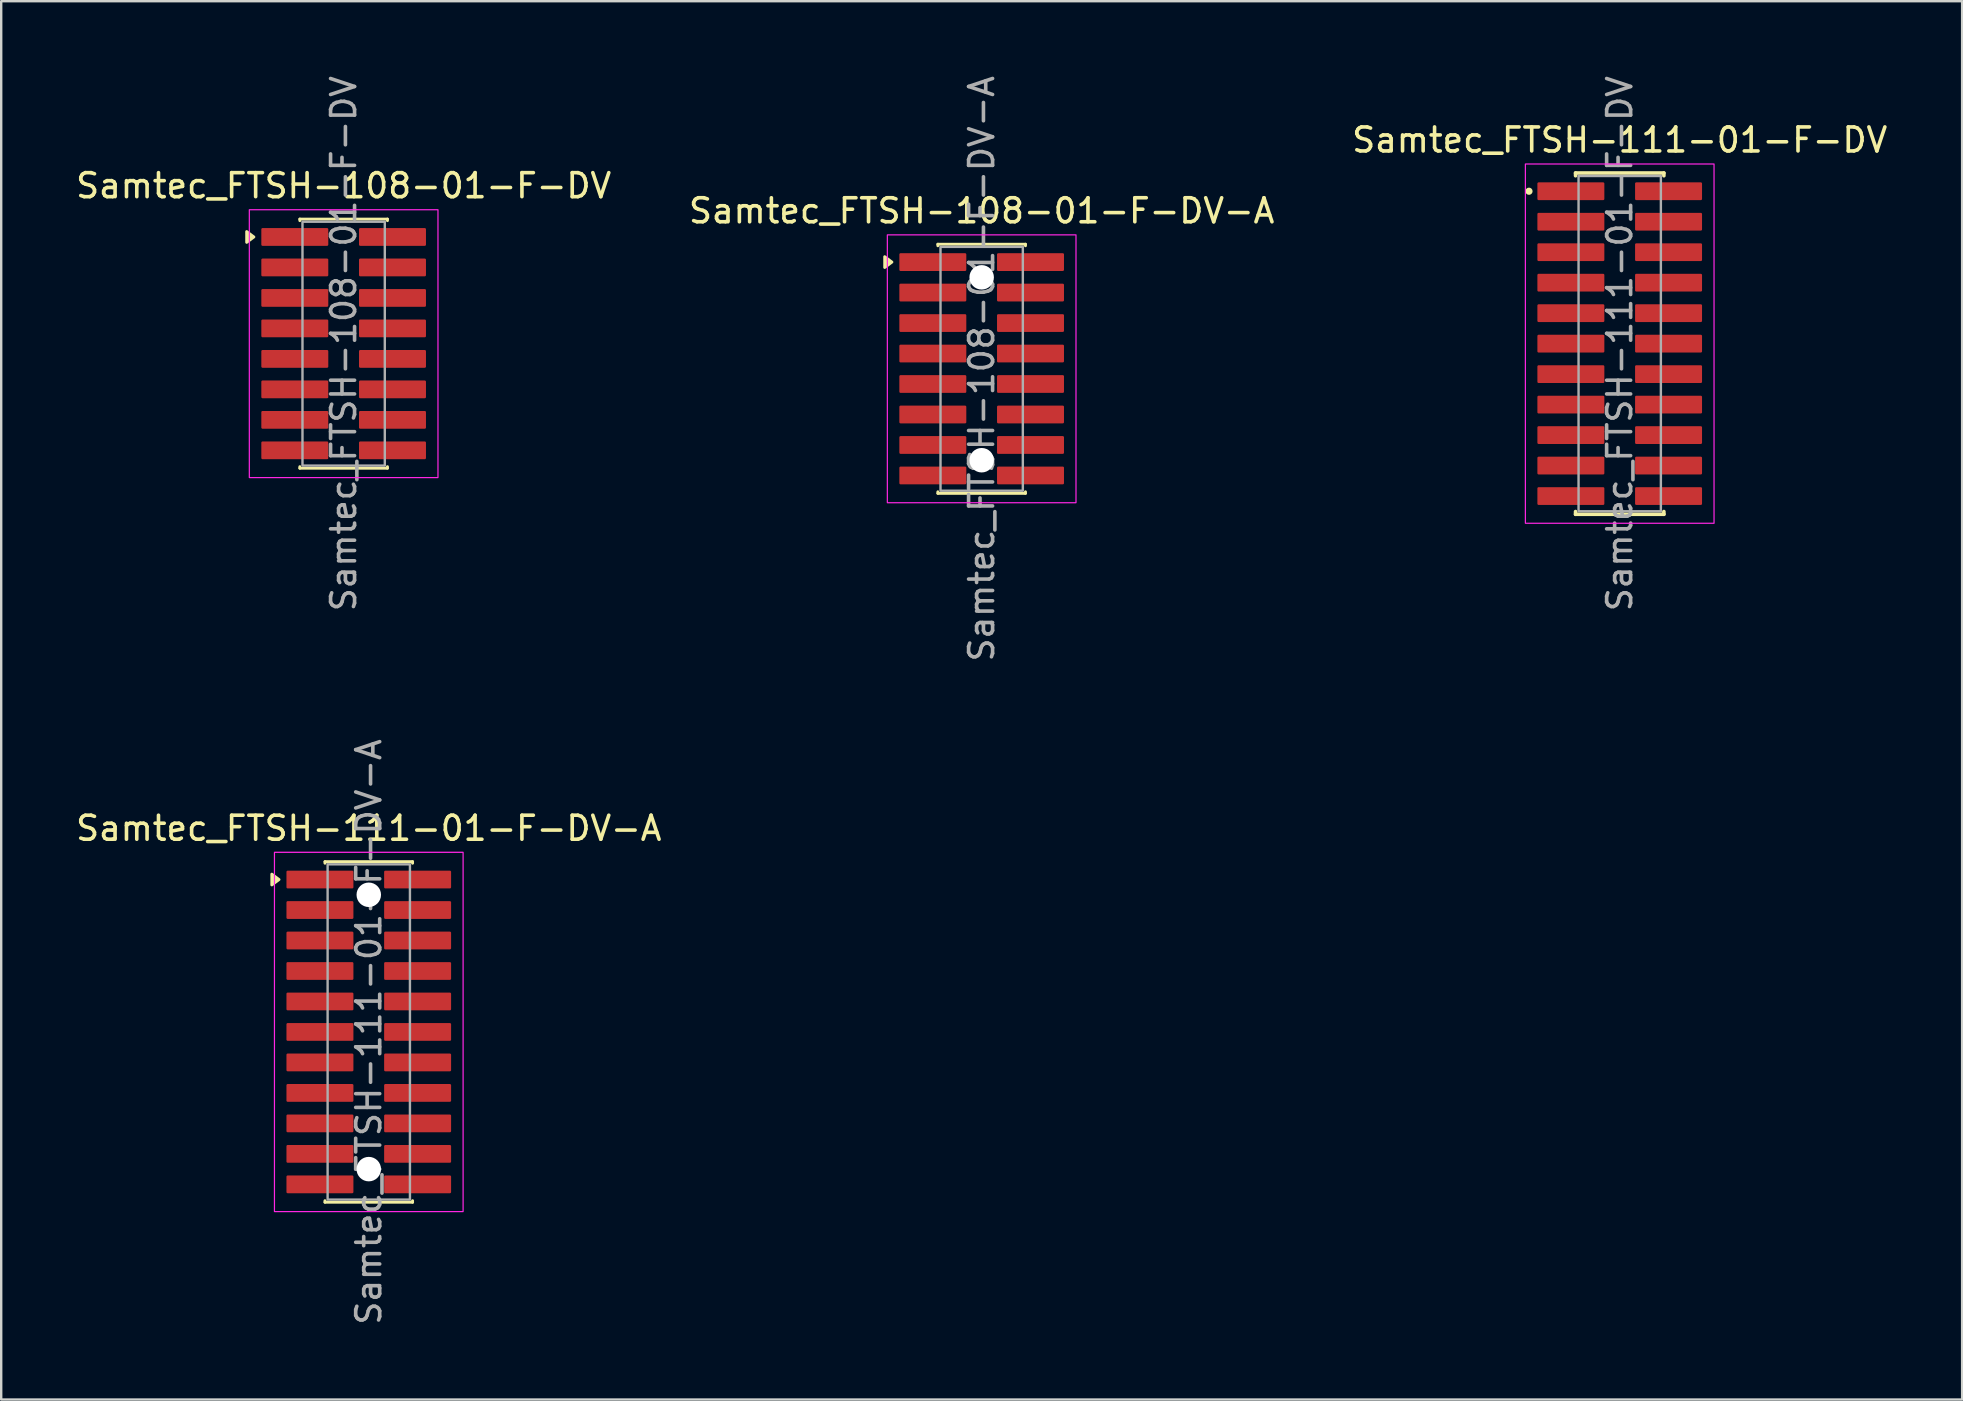
<source format=kicad_pcb>
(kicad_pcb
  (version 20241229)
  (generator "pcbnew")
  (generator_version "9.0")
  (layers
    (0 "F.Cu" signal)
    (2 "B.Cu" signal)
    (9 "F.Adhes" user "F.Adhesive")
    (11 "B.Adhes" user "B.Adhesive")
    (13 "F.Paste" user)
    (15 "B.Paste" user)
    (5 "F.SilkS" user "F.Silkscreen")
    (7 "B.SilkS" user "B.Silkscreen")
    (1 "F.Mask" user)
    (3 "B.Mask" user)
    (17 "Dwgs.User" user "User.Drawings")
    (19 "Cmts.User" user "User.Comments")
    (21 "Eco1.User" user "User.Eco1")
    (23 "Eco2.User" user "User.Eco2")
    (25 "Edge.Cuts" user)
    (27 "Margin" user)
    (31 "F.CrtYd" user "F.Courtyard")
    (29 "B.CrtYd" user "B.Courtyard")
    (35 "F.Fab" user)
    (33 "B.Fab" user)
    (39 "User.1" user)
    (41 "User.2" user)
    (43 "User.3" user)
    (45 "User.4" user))
  (footprint "Samtec_FTSH-108-01-F-DV"
    (layer "F.Cu")
    (at 11.268 11.268)
    (property "Reference" "Samtec_FTSH-108-01-F-DV" (at 0 -6.58 0) (unlocked yes) (layer "F.SilkS") (effects (font (size 1 1) (thickness 0.15))))
    (attr smd)
    (fp_line (start -1.825 -5.19) (end -1.825 -5.125) (stroke (width 0.12) (type solid)) (layer "F.SilkS"))
    (fp_line (start -1.825 5.19) (end -1.825 5.125) (stroke (width 0.12) (type default)) (layer "F.SilkS"))
    (fp_line (start 1.825 -5.19) (end -1.825 -5.19) (stroke (width 0.12) (type default)) (layer "F.SilkS"))
    (fp_line (start 1.825 -5.19) (end 1.825 -5.125) (stroke (width 0.12) (type solid)) (layer "F.SilkS"))
    (fp_line (start 1.825 5.19) (end -1.825 5.19) (stroke (width 0.12) (type default)) (layer "F.SilkS"))
    (fp_line (start 1.825 5.19) (end 1.825 5.125) (stroke (width 0.12) (type solid)) (layer "F.SilkS"))
    (fp_poly (pts (xy -3.74 -4.445) (xy -4.04 -4.67) (xy -4.04 -4.22)) (stroke (width 0.12) (type solid)) (fill yes) (layer "F.SilkS"))
    (fp_rect (start -3.93 -5.58) (end 3.93 5.58) (stroke (width 0.05) (type solid)) (fill no) (layer "F.CrtYd"))
    (fp_rect (start -1.715 -5.08) (end 1.715 5.08) (stroke (width 0.1) (type solid)) (fill no) (layer "F.Fab"))
    (fp_text user "${REFERENCE}" (at 0 0 90) (unlocked yes) (layer "F.Fab") (effects (font (size 1 1) (thickness 0.15))))
    (pad "1" smd roundrect (at -2.035 -4.445) (size 2.79 0.74) (layers "F.Cu" "F.Mask" "F.Paste") (roundrect_rratio 0.068))
    (pad "2" smd roundrect (at 2.035 -4.445) (size 2.79 0.74) (layers "F.Cu" "F.Mask" "F.Paste") (roundrect_rratio 0.068))
    (pad "3" smd roundrect (at -2.035 -3.175) (size 2.79 0.74) (layers "F.Cu" "F.Mask" "F.Paste") (roundrect_rratio 0.068))
    (pad "4" smd roundrect (at 2.035 -3.175) (size 2.79 0.74) (layers "F.Cu" "F.Mask" "F.Paste") (roundrect_rratio 0.068))
    (pad "5" smd roundrect (at -2.035 -1.905) (size 2.79 0.74) (layers "F.Cu" "F.Mask" "F.Paste") (roundrect_rratio 0.068))
    (pad "6" smd roundrect (at 2.035 -1.905) (size 2.79 0.74) (layers "F.Cu" "F.Mask" "F.Paste") (roundrect_rratio 0.068))
    (pad "7" smd roundrect (at -2.035 -0.635) (size 2.79 0.74) (layers "F.Cu" "F.Mask" "F.Paste") (roundrect_rratio 0.068))
    (pad "8" smd roundrect (at 2.035 -0.635) (size 2.79 0.74) (layers "F.Cu" "F.Mask" "F.Paste") (roundrect_rratio 0.068))
    (pad "9" smd roundrect (at -2.035 0.635) (size 2.79 0.74) (layers "F.Cu" "F.Mask" "F.Paste") (roundrect_rratio 0.068))
    (pad "10" smd roundrect (at 2.035 0.635) (size 2.79 0.74) (layers "F.Cu" "F.Mask" "F.Paste") (roundrect_rratio 0.068))
    (pad "11" smd roundrect (at -2.035 1.905) (size 2.79 0.74) (layers "F.Cu" "F.Mask" "F.Paste") (roundrect_rratio 0.068))
    (pad "12" smd roundrect (at 2.035 1.905) (size 2.79 0.74) (layers "F.Cu" "F.Mask" "F.Paste") (roundrect_rratio 0.068))
    (pad "13" smd roundrect (at -2.035 3.175) (size 2.79 0.74) (layers "F.Cu" "F.Mask" "F.Paste") (roundrect_rratio 0.068))
    (pad "14" smd roundrect (at 2.035 3.175) (size 2.79 0.74) (layers "F.Cu" "F.Mask" "F.Paste") (roundrect_rratio 0.068))
    (pad "15" smd roundrect (at -2.035 4.445) (size 2.79 0.74) (layers "F.Cu" "F.Mask" "F.Paste") (roundrect_rratio 0.068))
    (pad "16" smd roundrect (at 2.035 4.445) (size 2.79 0.74) (layers "F.Cu" "F.Mask" "F.Paste") (roundrect_rratio 0.068)))
  (footprint "Samtec_FTSH-111-01-F-DV-A"
    (layer "F.Cu")
    (at 12.315 39.946)
    (property "Reference" "Samtec_FTSH-111-01-F-DV-A" (at 0 -8.485 0) (unlocked yes) (layer "F.SilkS") (effects (font (size 1 1) (thickness 0.15))))
    (attr smd)
    (fp_line (start -1.825 -7.095) (end -1.825 -7.03) (stroke (width 0.12) (type solid)) (layer "F.SilkS"))
    (fp_line (start -1.825 7.095) (end -1.825 7.03) (stroke (width 0.12) (type default)) (layer "F.SilkS"))
    (fp_line (start 1.825 -7.095) (end -1.825 -7.095) (stroke (width 0.12) (type default)) (layer "F.SilkS"))
    (fp_line (start 1.825 -7.095) (end 1.825 -7.03) (stroke (width 0.12) (type solid)) (layer "F.SilkS"))
    (fp_line (start 1.825 7.095) (end -1.825 7.095) (stroke (width 0.12) (type default)) (layer "F.SilkS"))
    (fp_line (start 1.825 7.095) (end 1.825 7.03) (stroke (width 0.12) (type solid)) (layer "F.SilkS"))
    (fp_poly (pts (xy -3.74 -6.35) (xy -4.04 -6.575) (xy -4.04 -6.125)) (stroke (width 0.12) (type solid)) (fill yes) (layer "F.SilkS"))
    (fp_rect (start -3.93 -7.485) (end 3.93 7.485) (stroke (width 0.05) (type solid)) (fill no) (layer "F.CrtYd"))
    (fp_rect (start -1.715 -6.985) (end 1.715 6.985) (stroke (width 0.1) (type solid)) (fill no) (layer "F.Fab"))
    (fp_text user "${REFERENCE}" (at 0 0 90) (unlocked yes) (layer "F.Fab") (effects (font (size 1 1) (thickness 0.15))))
    (pad "" np_thru_hole circle (at 0 -5.715) (size 1.02 1.02) (drill 1.02) (layers "*.Cu" "*.Mask"))
    (pad "" np_thru_hole circle (at 0 5.715) (size 1.02 1.02) (drill 1.02) (layers "*.Cu" "*.Mask"))
    (pad "1" smd roundrect (at -2.035 -6.35) (size 2.79 0.74) (layers "F.Cu" "F.Mask" "F.Paste") (roundrect_rratio 0.068))
    (pad "2" smd roundrect (at 2.035 -6.35) (size 2.79 0.74) (layers "F.Cu" "F.Mask" "F.Paste") (roundrect_rratio 0.068))
    (pad "3" smd roundrect (at -2.035 -5.08) (size 2.79 0.74) (layers "F.Cu" "F.Mask" "F.Paste") (roundrect_rratio 0.068))
    (pad "4" smd roundrect (at 2.035 -5.08) (size 2.79 0.74) (layers "F.Cu" "F.Mask" "F.Paste") (roundrect_rratio 0.068))
    (pad "5" smd roundrect (at -2.035 -3.81) (size 2.79 0.74) (layers "F.Cu" "F.Mask" "F.Paste") (roundrect_rratio 0.068))
    (pad "6" smd roundrect (at 2.035 -3.81) (size 2.79 0.74) (layers "F.Cu" "F.Mask" "F.Paste") (roundrect_rratio 0.068))
    (pad "7" smd roundrect (at -2.035 -2.54) (size 2.79 0.74) (layers "F.Cu" "F.Mask" "F.Paste") (roundrect_rratio 0.068))
    (pad "8" smd roundrect (at 2.035 -2.54) (size 2.79 0.74) (layers "F.Cu" "F.Mask" "F.Paste") (roundrect_rratio 0.068))
    (pad "9" smd roundrect (at -2.035 -1.27) (size 2.79 0.74) (layers "F.Cu" "F.Mask" "F.Paste") (roundrect_rratio 0.068))
    (pad "10" smd roundrect (at 2.035 -1.27) (size 2.79 0.74) (layers "F.Cu" "F.Mask" "F.Paste") (roundrect_rratio 0.068))
    (pad "11" smd roundrect (at -2.035 0) (size 2.79 0.74) (layers "F.Cu" "F.Mask" "F.Paste") (roundrect_rratio 0.068))
    (pad "12" smd roundrect (at 2.035 0) (size 2.79 0.74) (layers "F.Cu" "F.Mask" "F.Paste") (roundrect_rratio 0.068))
    (pad "13" smd roundrect (at -2.035 1.27) (size 2.79 0.74) (layers "F.Cu" "F.Mask" "F.Paste") (roundrect_rratio 0.068))
    (pad "14" smd roundrect (at 2.035 1.27) (size 2.79 0.74) (layers "F.Cu" "F.Mask" "F.Paste") (roundrect_rratio 0.068))
    (pad "15" smd roundrect (at -2.035 2.54) (size 2.79 0.74) (layers "F.Cu" "F.Mask" "F.Paste") (roundrect_rratio 0.068))
    (pad "16" smd roundrect (at 2.035 2.54) (size 2.79 0.74) (layers "F.Cu" "F.Mask" "F.Paste") (roundrect_rratio 0.068))
    (pad "17" smd roundrect (at -2.035 3.81) (size 2.79 0.74) (layers "F.Cu" "F.Mask" "F.Paste") (roundrect_rratio 0.068))
    (pad "18" smd roundrect (at 2.035 3.81) (size 2.79 0.74) (layers "F.Cu" "F.Mask" "F.Paste") (roundrect_rratio 0.068))
    (pad "19" smd roundrect (at -2.035 5.08) (size 2.79 0.74) (layers "F.Cu" "F.Mask" "F.Paste") (roundrect_rratio 0.068))
    (pad "20" smd roundrect (at 2.035 5.08) (size 2.79 0.74) (layers "F.Cu" "F.Mask" "F.Paste") (roundrect_rratio 0.068))
    (pad "21" smd roundrect (at -2.035 6.35) (size 2.79 0.74) (layers "F.Cu" "F.Mask" "F.Paste") (roundrect_rratio 0.068))
    (pad "22" smd roundrect (at 2.035 6.35) (size 2.79 0.74) (layers "F.Cu" "F.Mask" "F.Paste") (roundrect_rratio 0.068)))
  (footprint "Samtec_FTSH-108-01-F-DV-A"
    (layer "F.Cu")
    (at 37.851 12.315)
    (property "Reference" "Samtec_FTSH-108-01-F-DV-A" (at 0 -6.58 0) (unlocked yes) (layer "F.SilkS") (effects (font (size 1 1) (thickness 0.15))))
    (attr smd)
    (fp_line (start -1.825 -5.19) (end -1.825 -5.125) (stroke (width 0.12) (type solid)) (layer "F.SilkS"))
    (fp_line (start -1.825 5.19) (end -1.825 5.125) (stroke (width 0.12) (type default)) (layer "F.SilkS"))
    (fp_line (start 1.825 -5.19) (end -1.825 -5.19) (stroke (width 0.12) (type default)) (layer "F.SilkS"))
    (fp_line (start 1.825 -5.19) (end 1.825 -5.125) (stroke (width 0.12) (type solid)) (layer "F.SilkS"))
    (fp_line (start 1.825 5.19) (end -1.825 5.19) (stroke (width 0.12) (type default)) (layer "F.SilkS"))
    (fp_line (start 1.825 5.19) (end 1.825 5.125) (stroke (width 0.12) (type solid)) (layer "F.SilkS"))
    (fp_poly (pts (xy -3.74 -4.445) (xy -4.04 -4.67) (xy -4.04 -4.22)) (stroke (width 0.12) (type solid)) (fill yes) (layer "F.SilkS"))
    (fp_rect (start -3.93 -5.58) (end 3.93 5.58) (stroke (width 0.05) (type solid)) (fill no) (layer "F.CrtYd"))
    (fp_rect (start -1.715 -5.08) (end 1.715 5.08) (stroke (width 0.1) (type solid)) (fill no) (layer "F.Fab"))
    (fp_text user "${REFERENCE}" (at 0 0 90) (unlocked yes) (layer "F.Fab") (effects (font (size 1 1) (thickness 0.15))))
    (pad "" np_thru_hole circle (at 0 -3.81) (size 1.02 1.02) (drill 1.02) (layers "*.Cu" "*.Mask"))
    (pad "" np_thru_hole circle (at 0 3.81) (size 1.02 1.02) (drill 1.02) (layers "*.Cu" "*.Mask"))
    (pad "1" smd roundrect (at -2.035 -4.445) (size 2.79 0.74) (layers "F.Cu" "F.Mask" "F.Paste") (roundrect_rratio 0.068))
    (pad "2" smd roundrect (at 2.035 -4.445) (size 2.79 0.74) (layers "F.Cu" "F.Mask" "F.Paste") (roundrect_rratio 0.068))
    (pad "3" smd roundrect (at -2.035 -3.175) (size 2.79 0.74) (layers "F.Cu" "F.Mask" "F.Paste") (roundrect_rratio 0.068))
    (pad "4" smd roundrect (at 2.035 -3.175) (size 2.79 0.74) (layers "F.Cu" "F.Mask" "F.Paste") (roundrect_rratio 0.068))
    (pad "5" smd roundrect (at -2.035 -1.905) (size 2.79 0.74) (layers "F.Cu" "F.Mask" "F.Paste") (roundrect_rratio 0.068))
    (pad "6" smd roundrect (at 2.035 -1.905) (size 2.79 0.74) (layers "F.Cu" "F.Mask" "F.Paste") (roundrect_rratio 0.068))
    (pad "7" smd roundrect (at -2.035 -0.635) (size 2.79 0.74) (layers "F.Cu" "F.Mask" "F.Paste") (roundrect_rratio 0.068))
    (pad "8" smd roundrect (at 2.035 -0.635) (size 2.79 0.74) (layers "F.Cu" "F.Mask" "F.Paste") (roundrect_rratio 0.068))
    (pad "9" smd roundrect (at -2.035 0.635) (size 2.79 0.74) (layers "F.Cu" "F.Mask" "F.Paste") (roundrect_rratio 0.068))
    (pad "10" smd roundrect (at 2.035 0.635) (size 2.79 0.74) (layers "F.Cu" "F.Mask" "F.Paste") (roundrect_rratio 0.068))
    (pad "11" smd roundrect (at -2.035 1.905) (size 2.79 0.74) (layers "F.Cu" "F.Mask" "F.Paste") (roundrect_rratio 0.068))
    (pad "12" smd roundrect (at 2.035 1.905) (size 2.79 0.74) (layers "F.Cu" "F.Mask" "F.Paste") (roundrect_rratio 0.068))
    (pad "13" smd roundrect (at -2.035 3.175) (size 2.79 0.74) (layers "F.Cu" "F.Mask" "F.Paste") (roundrect_rratio 0.068))
    (pad "14" smd roundrect (at 2.035 3.175) (size 2.79 0.74) (layers "F.Cu" "F.Mask" "F.Paste") (roundrect_rratio 0.068))
    (pad "15" smd roundrect (at -2.035 4.445) (size 2.79 0.74) (layers "F.Cu" "F.Mask" "F.Paste") (roundrect_rratio 0.068))
    (pad "16" smd roundrect (at 2.035 4.445) (size 2.79 0.74) (layers "F.Cu" "F.Mask" "F.Paste") (roundrect_rratio 0.068)))
  (footprint "Samtec_FTSH-111-01-F-DV"
    (layer "F.Cu")
    (at 64.435 11.268)
    (property "Reference" "Samtec_FTSH-111-01-F-DV" (at 0 -8.485 0) (unlocked yes) (layer "F.SilkS") (effects (font (size 1 1) (thickness 0.15))))
    (attr smd)
    (fp_line (start -1.84 -7.11) (end -1.84 -6.995) (stroke (width 0.15) (type solid)) (layer "F.SilkS"))
    (fp_line (start -1.84 -7.11) (end 1.84 -7.11) (stroke (width 0.15) (type solid)) (layer "F.SilkS"))
    (fp_line (start -1.84 7.11) (end -1.84 6.995) (stroke (width 0.15) (type default)) (layer "F.SilkS"))
    (fp_line (start -1.84 7.11) (end 1.84 7.11) (stroke (width 0.15) (type default)) (layer "F.SilkS"))
    (fp_line (start 1.84 -7.11) (end 1.84 -6.995) (stroke (width 0.15) (type solid)) (layer "F.SilkS"))
    (fp_line (start 1.84 7.11) (end 1.84 6.995) (stroke (width 0.15) (type solid)) (layer "F.SilkS"))
    (fp_circle (center -3.78 -6.35) (end -3.705 -6.35) (stroke (width 0.15) (type solid)) (fill yes) (layer "F.SilkS"))
    (fp_rect (start -3.93 -7.485) (end 3.93 7.485) (stroke (width 0.05) (type solid)) (fill no) (layer "F.CrtYd"))
    (fp_rect (start -1.715 -6.985) (end 1.715 6.985) (stroke (width 0.1) (type solid)) (fill no) (layer "F.Fab"))
    (fp_text user "${REFERENCE}" (at 0 0 90) (unlocked yes) (layer "F.Fab") (effects (font (size 1 1) (thickness 0.15))))
    (pad "1" smd roundrect (at -2.035 -6.35) (size 2.79 0.74) (layers "F.Cu" "F.Mask" "F.Paste") (roundrect_rratio 0.068))
    (pad "2" smd roundrect (at 2.035 -6.35) (size 2.79 0.74) (layers "F.Cu" "F.Mask" "F.Paste") (roundrect_rratio 0.068))
    (pad "3" smd roundrect (at -2.035 -5.08) (size 2.79 0.74) (layers "F.Cu" "F.Mask" "F.Paste") (roundrect_rratio 0.068))
    (pad "4" smd roundrect (at 2.035 -5.08) (size 2.79 0.74) (layers "F.Cu" "F.Mask" "F.Paste") (roundrect_rratio 0.068))
    (pad "5" smd roundrect (at -2.035 -3.81) (size 2.79 0.74) (layers "F.Cu" "F.Mask" "F.Paste") (roundrect_rratio 0.068))
    (pad "6" smd roundrect (at 2.035 -3.81) (size 2.79 0.74) (layers "F.Cu" "F.Mask" "F.Paste") (roundrect_rratio 0.068))
    (pad "7" smd roundrect (at -2.035 -2.54) (size 2.79 0.74) (layers "F.Cu" "F.Mask" "F.Paste") (roundrect_rratio 0.068))
    (pad "8" smd roundrect (at 2.035 -2.54) (size 2.79 0.74) (layers "F.Cu" "F.Mask" "F.Paste") (roundrect_rratio 0.068))
    (pad "9" smd roundrect (at -2.035 -1.27) (size 2.79 0.74) (layers "F.Cu" "F.Mask" "F.Paste") (roundrect_rratio 0.068))
    (pad "10" smd roundrect (at 2.035 -1.27) (size 2.79 0.74) (layers "F.Cu" "F.Mask" "F.Paste") (roundrect_rratio 0.068))
    (pad "11" smd roundrect (at -2.035 0) (size 2.79 0.74) (layers "F.Cu" "F.Mask" "F.Paste") (roundrect_rratio 0.068))
    (pad "12" smd roundrect (at 2.035 0) (size 2.79 0.74) (layers "F.Cu" "F.Mask" "F.Paste") (roundrect_rratio 0.068))
    (pad "13" smd roundrect (at -2.035 1.27) (size 2.79 0.74) (layers "F.Cu" "F.Mask" "F.Paste") (roundrect_rratio 0.068))
    (pad "14" smd roundrect (at 2.035 1.27) (size 2.79 0.74) (layers "F.Cu" "F.Mask" "F.Paste") (roundrect_rratio 0.068))
    (pad "15" smd roundrect (at -2.035 2.54) (size 2.79 0.74) (layers "F.Cu" "F.Mask" "F.Paste") (roundrect_rratio 0.068))
    (pad "16" smd roundrect (at 2.035 2.54) (size 2.79 0.74) (layers "F.Cu" "F.Mask" "F.Paste") (roundrect_rratio 0.068))
    (pad "17" smd roundrect (at -2.035 3.81) (size 2.79 0.74) (layers "F.Cu" "F.Mask" "F.Paste") (roundrect_rratio 0.068))
    (pad "18" smd roundrect (at 2.035 3.81) (size 2.79 0.74) (layers "F.Cu" "F.Mask" "F.Paste") (roundrect_rratio 0.068))
    (pad "19" smd roundrect (at -2.035 5.08) (size 2.79 0.74) (layers "F.Cu" "F.Mask" "F.Paste") (roundrect_rratio 0.068))
    (pad "20" smd roundrect (at 2.035 5.08) (size 2.79 0.74) (layers "F.Cu" "F.Mask" "F.Paste") (roundrect_rratio 0.068))
    (pad "21" smd roundrect (at -2.035 6.35) (size 2.79 0.74) (layers "F.Cu" "F.Mask" "F.Paste") (roundrect_rratio 0.068))
    (pad "22" smd roundrect (at 2.035 6.35) (size 2.79 0.74) (layers "F.Cu" "F.Mask" "F.Paste") (roundrect_rratio 0.068)))
  (gr_rect
    (start -3 -3)
    (end 78.702 55.262)
    (stroke (width 0.1) (type default))
    (fill no)
    (layer "Edge.Cuts")))
</source>
